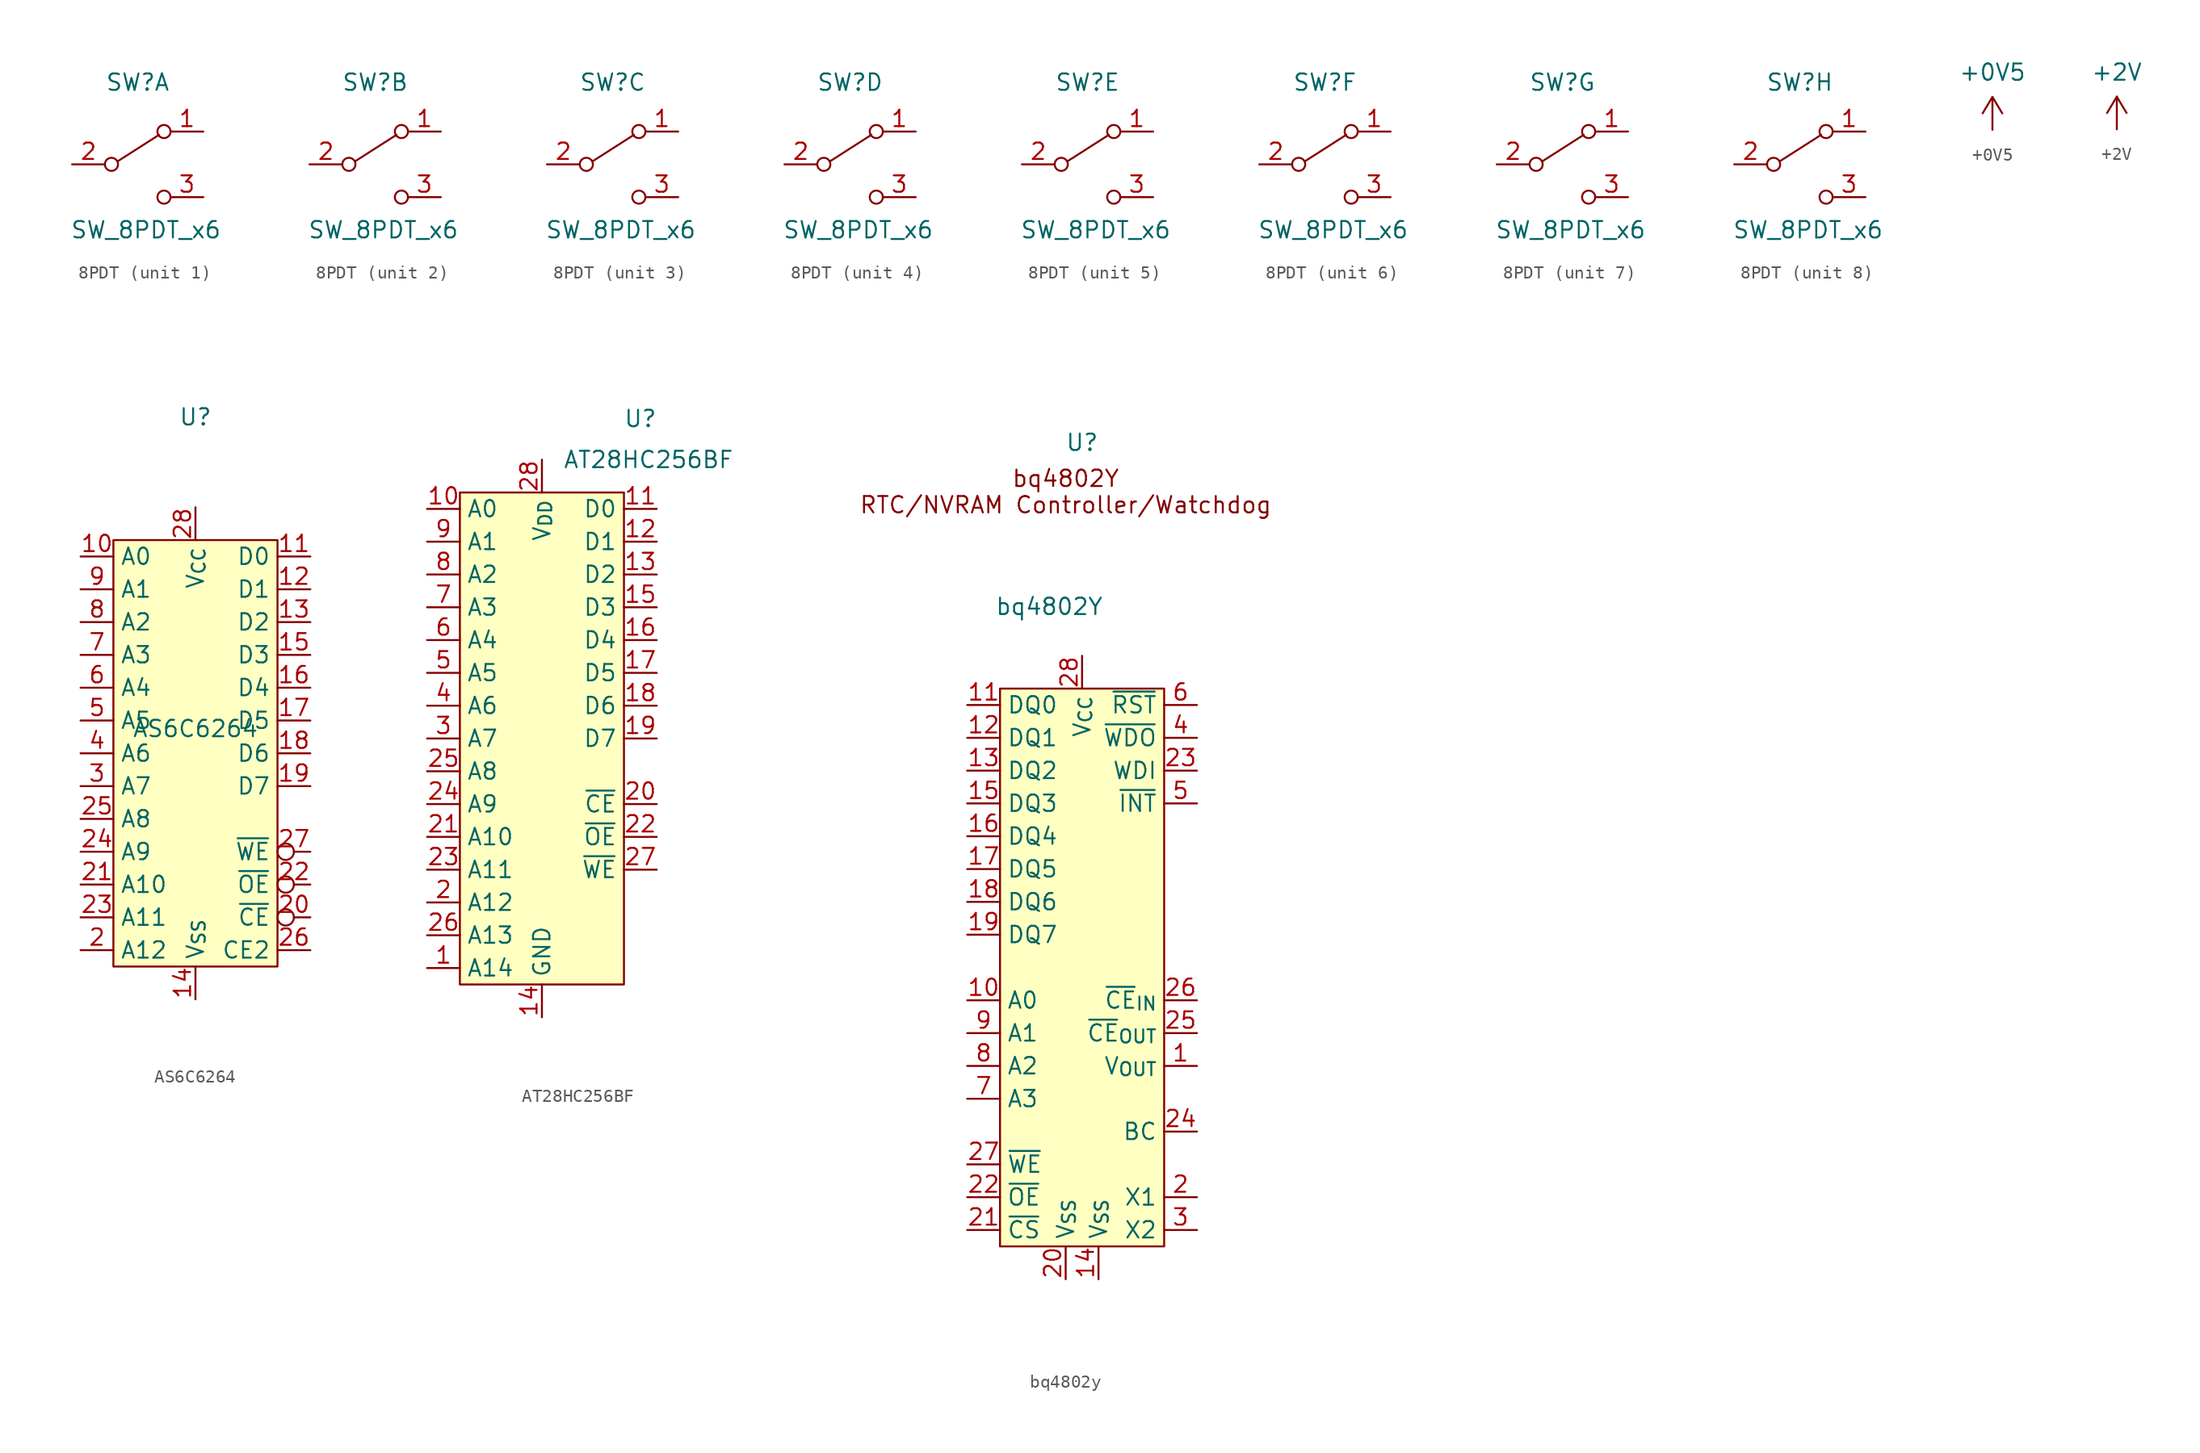
<source format=kicad_sym>
(kicad_symbol_lib
  (version 20220914)
  (generator kicad_symbol_editor)
  (symbol "8PDT"
    (property "Reference" "SW"
      (at 0 6.35 0)
      (effects (font (size 1.27 1.27))))
    (property "Value" "SW_8PDT_x6"
      (at 0.635 -5.08 0)
      (effects (font (size 1.27 1.27))))
    (symbol "8PDT_0_0"
      (circle (center -2.032 0) (radius 0.508) (stroke (width 0) (type default)) (fill (type none)))
      (circle (center 2.032 -2.54) (radius 0.508) (stroke (width 0) (type default)) (fill (type none))))
    (symbol "8PDT_0_1"
      (polyline (pts (xy -1.524 0.254) (xy 1.651 2.286)) (stroke (width 0) (type default)) (fill (type none)))
      (circle (center 2.032 2.54) (radius 0.508) (stroke (width 0) (type default)) (fill (type none))))
    (symbol "8PDT_1_1"
      (pin passive line (at 5.08 2.54 180) (length 2.54) (name "" (effects (font (size 1.27 1.27)))) (number "1" (effects (font (size 1.27 1.27)))))
      (pin passive line (at -5.08 0 0) (length 2.54) (name "" (effects (font (size 1.27 1.27)))) (number "2" (effects (font (size 1.27 1.27)))))
      (pin passive line (at 5.08 -2.54 180) (length 2.54) (name "" (effects (font (size 1.27 1.27)))) (number "3" (effects (font (size 1.27 1.27))))))
    (symbol "8PDT_2_1"
      (pin passive line (at 5.08 2.54 180) (length 2.54) (name "" (effects (font (size 1.27 1.27)))) (number "1" (effects (font (size 1.27 1.27)))))
      (pin passive line (at -5.08 0 0) (length 2.54) (name "" (effects (font (size 1.27 1.27)))) (number "2" (effects (font (size 1.27 1.27)))))
      (pin passive line (at 5.08 -2.54 180) (length 2.54) (name "" (effects (font (size 1.27 1.27)))) (number "3" (effects (font (size 1.27 1.27))))))
    (symbol "8PDT_3_1"
      (pin passive line (at 5.08 2.54 180) (length 2.54) (name "" (effects (font (size 1.27 1.27)))) (number "1" (effects (font (size 1.27 1.27)))))
      (pin passive line (at -5.08 0 0) (length 2.54) (name "" (effects (font (size 1.27 1.27)))) (number "2" (effects (font (size 1.27 1.27)))))
      (pin passive line (at 5.08 -2.54 180) (length 2.54) (name "" (effects (font (size 1.27 1.27)))) (number "3" (effects (font (size 1.27 1.27))))))
    (symbol "8PDT_4_1"
      (pin passive line (at 5.08 2.54 180) (length 2.54) (name "" (effects (font (size 1.27 1.27)))) (number "1" (effects (font (size 1.27 1.27)))))
      (pin passive line (at -5.08 0 0) (length 2.54) (name "" (effects (font (size 1.27 1.27)))) (number "2" (effects (font (size 1.27 1.27)))))
      (pin passive line (at 5.08 -2.54 180) (length 2.54) (name "" (effects (font (size 1.27 1.27)))) (number "3" (effects (font (size 1.27 1.27))))))
    (symbol "8PDT_5_1"
      (pin passive line (at 5.08 2.54 180) (length 2.54) (name "" (effects (font (size 1.27 1.27)))) (number "1" (effects (font (size 1.27 1.27)))))
      (pin passive line (at -5.08 0 0) (length 2.54) (name "" (effects (font (size 1.27 1.27)))) (number "2" (effects (font (size 1.27 1.27)))))
      (pin passive line (at 5.08 -2.54 180) (length 2.54) (name "" (effects (font (size 1.27 1.27)))) (number "3" (effects (font (size 1.27 1.27))))))
    (symbol "8PDT_6_1"
      (pin passive line (at 5.08 2.54 180) (length 2.54) (name "" (effects (font (size 1.27 1.27)))) (number "1" (effects (font (size 1.27 1.27)))))
      (pin passive line (at -5.08 0 0) (length 2.54) (name "" (effects (font (size 1.27 1.27)))) (number "2" (effects (font (size 1.27 1.27)))))
      (pin passive line (at 5.08 -2.54 180) (length 2.54) (name "" (effects (font (size 1.27 1.27)))) (number "3" (effects (font (size 1.27 1.27))))))
    (symbol "8PDT_7_1"
      (pin passive line (at 5.08 2.54 180) (length 2.54) (name "" (effects (font (size 1.27 1.27)))) (number "1" (effects (font (size 1.27 1.27)))))
      (pin passive line (at -5.08 0 0) (length 2.54) (name "" (effects (font (size 1.27 1.27)))) (number "2" (effects (font (size 1.27 1.27)))))
      (pin passive line (at 5.08 -2.54 180) (length 2.54) (name "" (effects (font (size 1.27 1.27)))) (number "3" (effects (font (size 1.27 1.27))))))
    (symbol "8PDT_8_1"
      (pin passive line (at 5.08 2.54 180) (length 2.54) (name "" (effects (font (size 1.27 1.27)))) (number "1" (effects (font (size 1.27 1.27)))))
      (pin passive line (at -5.08 0 0) (length 2.54) (name "" (effects (font (size 1.27 1.27)))) (number "2" (effects (font (size 1.27 1.27)))))
      (pin passive line (at 5.08 -2.54 180) (length 2.54) (name "" (effects (font (size 1.27 1.27)))) (number "3" (effects (font (size 1.27 1.27)))))))
  (symbol "+0V5"
    (power)
    (property "Reference" "U"
      (at 0 5.715 0)
      (effects (font (size 1.27 1.27)) hide))
    (property "Value" "+0V5"
      (at 0 4.445 0)
      (effects (font (size 1.27 1.27))))
    (symbol "+0V5_0_1"
      (polyline (pts (xy -0.762 1.27) (xy 0 2.54)) (stroke (width 0) (type default)) (fill (type none)))
      (polyline (pts (xy 0 0) (xy 0 2.54)) (stroke (width 0) (type default)) (fill (type none)))
      (polyline (pts (xy 0 2.54) (xy 0.762 1.27)) (stroke (width 0) (type default)) (fill (type none))))
    (symbol "+0V5_1_1"
      (pin power_in line (at 0 0 90) (length 0) hide (name "+0V5" (effects (font (size 1.27 1.27)))) (number "1" (effects (font (size 1.27 1.27)))))))
  (symbol "+2V"
    (power)
    (property "Reference" "U"
      (at 2.54 0 0)
      (effects (font (size 1.27 1.27)) hide))
    (property "Value" "+2V"
      (at 0 4.445 0)
      (effects (font (size 1.27 1.27))))
    (symbol "+2V_0_1"
      (polyline (pts (xy -0.762 1.27) (xy 0 2.54)) (stroke (width 0) (type default)) (fill (type none)))
      (polyline (pts (xy 0 0) (xy 0 2.54)) (stroke (width 0) (type default)) (fill (type none)))
      (polyline (pts (xy 0 2.54) (xy 0.762 1.27)) (stroke (width 0) (type default)) (fill (type none))))
    (symbol "+2V_1_1"
      (pin power_in line (at 0 0 90) (length 0) hide (name "+2V0" (effects (font (size 1.27 1.27)))) (number "1" (effects (font (size 1.27 1.27)))))))
  (symbol "AS6C6264"
    (property "Reference" "U"
      (at 0 26.035 0)
      (effects (font (size 1.27 1.27))))
    (property "Value" "AS6C6264"
      (at 0 1.905 0)
      (effects (font (size 1.27 1.27))))
    (symbol "AS6C6264_1_1"
      (rectangle (start -6.35 16.51) (end 6.35 -16.51) (stroke (width 0) (type default)) (fill (type background)))
      (pin input line (at -8.89 15.24 0) (length 2.54) (name "A0" (effects (font (size 1.27 1.27)))) (number "10" (effects (font (size 1.27 1.27)))))
      (pin bidirectional line (at 8.89 15.24 180) (length 2.54) (name "D0" (effects (font (size 1.27 1.27)))) (number "11" (effects (font (size 1.27 1.27)))))
      (pin bidirectional line (at 8.89 12.7 180) (length 2.54) (name "D1" (effects (font (size 1.27 1.27)))) (number "12" (effects (font (size 1.27 1.27)))))
      (pin bidirectional line (at 8.89 10.16 180) (length 2.54) (name "D2" (effects (font (size 1.27 1.27)))) (number "13" (effects (font (size 1.27 1.27)))))
      (pin power_in line (at 0 -19.05 90) (length 2.54) (name "V_{SS}" (effects (font (size 1.27 1.27)))) (number "14" (effects (font (size 1.27 1.27)))))
      (pin bidirectional line (at 8.89 7.62 180) (length 2.54) (name "D3" (effects (font (size 1.27 1.27)))) (number "15" (effects (font (size 1.27 1.27)))))
      (pin bidirectional line (at 8.89 5.08 180) (length 2.54) (name "D4" (effects (font (size 1.27 1.27)))) (number "16" (effects (font (size 1.27 1.27)))))
      (pin bidirectional line (at 8.89 2.54 180) (length 2.54) (name "D5" (effects (font (size 1.27 1.27)))) (number "17" (effects (font (size 1.27 1.27)))))
      (pin bidirectional line (at 8.89 0 180) (length 2.54) (name "D6" (effects (font (size 1.27 1.27)))) (number "18" (effects (font (size 1.27 1.27)))))
      (pin bidirectional line (at 8.89 -2.54 180) (length 2.54) (name "D7" (effects (font (size 1.27 1.27)))) (number "19" (effects (font (size 1.27 1.27)))))
      (pin input line (at -8.89 -15.24 0) (length 2.54) (name "A12" (effects (font (size 1.27 1.27)))) (number "2" (effects (font (size 1.27 1.27)))))
      (pin input inverted (at 8.89 -12.7 180) (length 2.54) (name "~{CE}" (effects (font (size 1.27 1.27)))) (number "20" (effects (font (size 1.27 1.27)))))
      (pin input line (at -8.89 -10.16 0) (length 2.54) (name "A10" (effects (font (size 1.27 1.27)))) (number "21" (effects (font (size 1.27 1.27)))))
      (pin input inverted (at 8.89 -10.16 180) (length 2.54) (name "~{OE}" (effects (font (size 1.27 1.27)))) (number "22" (effects (font (size 1.27 1.27)))))
      (pin input line (at -8.89 -12.7 0) (length 2.54) (name "A11" (effects (font (size 1.27 1.27)))) (number "23" (effects (font (size 1.27 1.27)))))
      (pin input line (at -8.89 -7.62 0) (length 2.54) (name "A9" (effects (font (size 1.27 1.27)))) (number "24" (effects (font (size 1.27 1.27)))))
      (pin input line (at -8.89 -5.08 0) (length 2.54) (name "A8" (effects (font (size 1.27 1.27)))) (number "25" (effects (font (size 1.27 1.27)))))
      (pin input line (at 8.89 -15.24 180) (length 2.54) (name "CE2" (effects (font (size 1.27 1.27)))) (number "26" (effects (font (size 1.27 1.27)))))
      (pin input inverted (at 8.89 -7.62 180) (length 2.54) (name "~{WE}" (effects (font (size 1.27 1.27)))) (number "27" (effects (font (size 1.27 1.27)))))
      (pin power_in line (at 0 19.05 270) (length 2.54) (name "V_{CC}" (effects (font (size 1.27 1.27)))) (number "28" (effects (font (size 1.27 1.27)))))
      (pin input line (at -8.89 -2.54 0) (length 2.54) (name "A7" (effects (font (size 1.27 1.27)))) (number "3" (effects (font (size 1.27 1.27)))))
      (pin input line (at -8.89 0 0) (length 2.54) (name "A6" (effects (font (size 1.27 1.27)))) (number "4" (effects (font (size 1.27 1.27)))))
      (pin input line (at -8.89 2.54 0) (length 2.54) (name "A5" (effects (font (size 1.27 1.27)))) (number "5" (effects (font (size 1.27 1.27)))))
      (pin input line (at -8.89 5.08 0) (length 2.54) (name "A4" (effects (font (size 1.27 1.27)))) (number "6" (effects (font (size 1.27 1.27)))))
      (pin input line (at -8.89 7.62 0) (length 2.54) (name "A3" (effects (font (size 1.27 1.27)))) (number "7" (effects (font (size 1.27 1.27)))))
      (pin input line (at -8.89 10.16 0) (length 2.54) (name "A2" (effects (font (size 1.27 1.27)))) (number "8" (effects (font (size 1.27 1.27)))))
      (pin input line (at -8.89 12.7 0) (length 2.54) (name "A1" (effects (font (size 1.27 1.27)))) (number "9" (effects (font (size 1.27 1.27)))))))
  (symbol "AT28HC256BF"
    (property "Reference" "U"
      (at 7.62 22.225 0)
      (effects (font (size 1.27 1.27))))
    (property "Value" "AT28HC256BF"
      (at 8.255 19.05 0)
      (effects (font (size 1.27 1.27))))
    (symbol "AT28HC256BF_1_1"
      (rectangle (start -6.35 16.51) (end 6.35 -21.59) (stroke (width 0) (type default)) (fill (type background)))
      (pin input line (at -8.89 -20.32 0) (length 2.54) (name "A14" (effects (font (size 1.27 1.27)))) (number "1" (effects (font (size 1.27 1.27)))))
      (pin input line (at -8.89 15.24 0) (length 2.54) (name "A0" (effects (font (size 1.27 1.27)))) (number "10" (effects (font (size 1.27 1.27)))))
      (pin bidirectional line (at 8.89 15.24 180) (length 2.54) (name "D0" (effects (font (size 1.27 1.27)))) (number "11" (effects (font (size 1.27 1.27)))))
      (pin bidirectional line (at 8.89 12.7 180) (length 2.54) (name "D1" (effects (font (size 1.27 1.27)))) (number "12" (effects (font (size 1.27 1.27)))))
      (pin bidirectional line (at 8.89 10.16 180) (length 2.54) (name "D2" (effects (font (size 1.27 1.27)))) (number "13" (effects (font (size 1.27 1.27)))))
      (pin power_in line (at 0 -24.13 90) (length 2.54) (name "GND" (effects (font (size 1.27 1.27)))) (number "14" (effects (font (size 1.27 1.27)))))
      (pin bidirectional line (at 8.89 7.62 180) (length 2.54) (name "D3" (effects (font (size 1.27 1.27)))) (number "15" (effects (font (size 1.27 1.27)))))
      (pin bidirectional line (at 8.89 5.08 180) (length 2.54) (name "D4" (effects (font (size 1.27 1.27)))) (number "16" (effects (font (size 1.27 1.27)))))
      (pin bidirectional line (at 8.89 2.54 180) (length 2.54) (name "D5" (effects (font (size 1.27 1.27)))) (number "17" (effects (font (size 1.27 1.27)))))
      (pin bidirectional line (at 8.89 0 180) (length 2.54) (name "D6" (effects (font (size 1.27 1.27)))) (number "18" (effects (font (size 1.27 1.27)))))
      (pin bidirectional line (at 8.89 -2.54 180) (length 2.54) (name "D7" (effects (font (size 1.27 1.27)))) (number "19" (effects (font (size 1.27 1.27)))))
      (pin input line (at -8.89 -15.24 0) (length 2.54) (name "A12" (effects (font (size 1.27 1.27)))) (number "2" (effects (font (size 1.27 1.27)))))
      (pin input line (at 8.89 -7.62 180) (length 2.54) (name "~{CE}" (effects (font (size 1.27 1.27)))) (number "20" (effects (font (size 1.27 1.27)))))
      (pin input line (at -8.89 -10.16 0) (length 2.54) (name "A10" (effects (font (size 1.27 1.27)))) (number "21" (effects (font (size 1.27 1.27)))))
      (pin input line (at 8.89 -10.16 180) (length 2.54) (name "~{OE}" (effects (font (size 1.27 1.27)))) (number "22" (effects (font (size 1.27 1.27)))))
      (pin input line (at -8.89 -12.7 0) (length 2.54) (name "A11" (effects (font (size 1.27 1.27)))) (number "23" (effects (font (size 1.27 1.27)))))
      (pin input line (at -8.89 -7.62 0) (length 2.54) (name "A9" (effects (font (size 1.27 1.27)))) (number "24" (effects (font (size 1.27 1.27)))))
      (pin input line (at -8.89 -5.08 0) (length 2.54) (name "A8" (effects (font (size 1.27 1.27)))) (number "25" (effects (font (size 1.27 1.27)))))
      (pin input line (at -8.89 -17.78 0) (length 2.54) (name "A13" (effects (font (size 1.27 1.27)))) (number "26" (effects (font (size 1.27 1.27)))))
      (pin input line (at 8.89 -12.7 180) (length 2.54) (name "~{WE}" (effects (font (size 1.27 1.27)))) (number "27" (effects (font (size 1.27 1.27)))))
      (pin power_in line (at 0 19.05 270) (length 2.54) (name "V_{DD}" (effects (font (size 1.27 1.27)))) (number "28" (effects (font (size 1.27 1.27)))))
      (pin input line (at -8.89 -2.54 0) (length 2.54) (name "A7" (effects (font (size 1.27 1.27)))) (number "3" (effects (font (size 1.27 1.27)))))
      (pin input line (at -8.89 0 0) (length 2.54) (name "A6" (effects (font (size 1.27 1.27)))) (number "4" (effects (font (size 1.27 1.27)))))
      (pin input line (at -8.89 2.54 0) (length 2.54) (name "A5" (effects (font (size 1.27 1.27)))) (number "5" (effects (font (size 1.27 1.27)))))
      (pin input line (at -8.89 5.08 0) (length 2.54) (name "A4" (effects (font (size 1.27 1.27)))) (number "6" (effects (font (size 1.27 1.27)))))
      (pin input line (at -8.89 7.62 0) (length 2.54) (name "A3" (effects (font (size 1.27 1.27)))) (number "7" (effects (font (size 1.27 1.27)))))
      (pin input line (at -8.89 10.16 0) (length 2.54) (name "A2" (effects (font (size 1.27 1.27)))) (number "8" (effects (font (size 1.27 1.27)))))
      (pin input line (at -8.89 12.7 0) (length 2.54) (name "A1" (effects (font (size 1.27 1.27)))) (number "9" (effects (font (size 1.27 1.27)))))))
  (symbol "bq4802y"
    (property "Reference" "U"
      (at 2.54 17.78 0)
      (effects (font (size 1.27 1.27))))
    (property "Value" "bq4802Y"
      (at 0 5.08 0)
      (effects (font (size 1.27 1.27))))
    (symbol "bq4802y_1_1"
      (rectangle (start -3.81 -1.27) (end 8.89 -44.45) (stroke (width 0) (type default)) (fill (type background)))
      (text "bq4802Y\nRTC/NVRAM Controller/Watchdog" (at 1.27 13.97 0) (effects (font (size 1.27 1.27))))
      (pin power_out line (at 11.43 -30.48 180) (length 2.54) (name "V_{OUT}" (effects (font (size 1.27 1.27)))) (number "1" (effects (font (size 1.27 1.27)))))
      (pin input line (at -6.35 -25.4 0) (length 2.54) (name "A0" (effects (font (size 1.27 1.27)))) (number "10" (effects (font (size 1.27 1.27)))))
      (pin bidirectional line (at -6.35 -2.54 0) (length 2.54) (name "DQ0" (effects (font (size 1.27 1.27)))) (number "11" (effects (font (size 1.27 1.27)))))
      (pin bidirectional line (at -6.35 -5.08 0) (length 2.54) (name "DQ1" (effects (font (size 1.27 1.27)))) (number "12" (effects (font (size 1.27 1.27)))))
      (pin bidirectional line (at -6.35 -7.62 0) (length 2.54) (name "DQ2" (effects (font (size 1.27 1.27)))) (number "13" (effects (font (size 1.27 1.27)))))
      (pin power_in line (at 3.81 -46.99 90) (length 2.54) (name "V_{SS}" (effects (font (size 1.27 1.27)))) (number "14" (effects (font (size 1.27 1.27)))))
      (pin bidirectional line (at -6.35 -10.16 0) (length 2.54) (name "DQ3" (effects (font (size 1.27 1.27)))) (number "15" (effects (font (size 1.27 1.27)))))
      (pin bidirectional line (at -6.35 -12.7 0) (length 2.54) (name "DQ4" (effects (font (size 1.27 1.27)))) (number "16" (effects (font (size 1.27 1.27)))))
      (pin bidirectional line (at -6.35 -15.24 0) (length 2.54) (name "DQ5" (effects (font (size 1.27 1.27)))) (number "17" (effects (font (size 1.27 1.27)))))
      (pin bidirectional line (at -6.35 -17.78 0) (length 2.54) (name "DQ6" (effects (font (size 1.27 1.27)))) (number "18" (effects (font (size 1.27 1.27)))))
      (pin bidirectional line (at -6.35 -20.32 0) (length 2.54) (name "DQ7" (effects (font (size 1.27 1.27)))) (number "19" (effects (font (size 1.27 1.27)))))
      (pin unspecified line (at 11.43 -40.64 180) (length 2.54) (name "X1" (effects (font (size 1.27 1.27)))) (number "2" (effects (font (size 1.27 1.27)))))
      (pin power_in line (at 1.27 -46.99 90) (length 2.54) (name "V_{SS}" (effects (font (size 1.27 1.27)))) (number "20" (effects (font (size 1.27 1.27)))))
      (pin input line (at -6.35 -43.18 0) (length 2.54) (name "~{CS}" (effects (font (size 1.27 1.27)))) (number "21" (effects (font (size 1.27 1.27)))))
      (pin input line (at -6.35 -40.64 0) (length 2.54) (name "~{OE}" (effects (font (size 1.27 1.27)))) (number "22" (effects (font (size 1.27 1.27)))))
      (pin input line (at 11.43 -7.62 180) (length 2.54) (name "WDI" (effects (font (size 1.27 1.27)))) (number "23" (effects (font (size 1.27 1.27)))))
      (pin power_in line (at 11.43 -35.56 180) (length 2.54) (name "BC" (effects (font (size 1.27 1.27)))) (number "24" (effects (font (size 1.27 1.27)))))
      (pin output line (at 11.43 -27.94 180) (length 2.54) (name "~{CE}_{OUT}" (effects (font (size 1.27 1.27)))) (number "25" (effects (font (size 1.27 1.27)))))
      (pin input line (at 11.43 -25.4 180) (length 2.54) (name "~{CE}_{IN}" (effects (font (size 1.27 1.27)))) (number "26" (effects (font (size 1.27 1.27)))))
      (pin input line (at -6.35 -38.1 0) (length 2.54) (name "~{WE}" (effects (font (size 1.27 1.27)))) (number "27" (effects (font (size 1.27 1.27)))))
      (pin power_in line (at 2.54 1.27 270) (length 2.54) (name "V_{CC}" (effects (font (size 1.27 1.27)))) (number "28" (effects (font (size 1.27 1.27)))))
      (pin unspecified line (at 11.43 -43.18 180) (length 2.54) (name "X2" (effects (font (size 1.27 1.27)))) (number "3" (effects (font (size 1.27 1.27)))))
      (pin output line (at 11.43 -5.08 180) (length 2.54) (name "~{WDO}" (effects (font (size 1.27 1.27)))) (number "4" (effects (font (size 1.27 1.27)))))
      (pin open_collector line (at 11.43 -10.16 180) (length 2.54) (name "~{INT}" (effects (font (size 1.27 1.27)))) (number "5" (effects (font (size 1.27 1.27)))))
      (pin output line (at 11.43 -2.54 180) (length 2.54) (name "~{RST}" (effects (font (size 1.27 1.27)))) (number "6" (effects (font (size 1.27 1.27)))))
      (pin input line (at -6.35 -33.02 0) (length 2.54) (name "A3" (effects (font (size 1.27 1.27)))) (number "7" (effects (font (size 1.27 1.27)))))
      (pin input line (at -6.35 -30.48 0) (length 2.54) (name "A2" (effects (font (size 1.27 1.27)))) (number "8" (effects (font (size 1.27 1.27)))))
      (pin input line (at -6.35 -27.94 0) (length 2.54) (name "A1" (effects (font (size 1.27 1.27)))) (number "9" (effects (font (size 1.27 1.27))))))))
</source>
